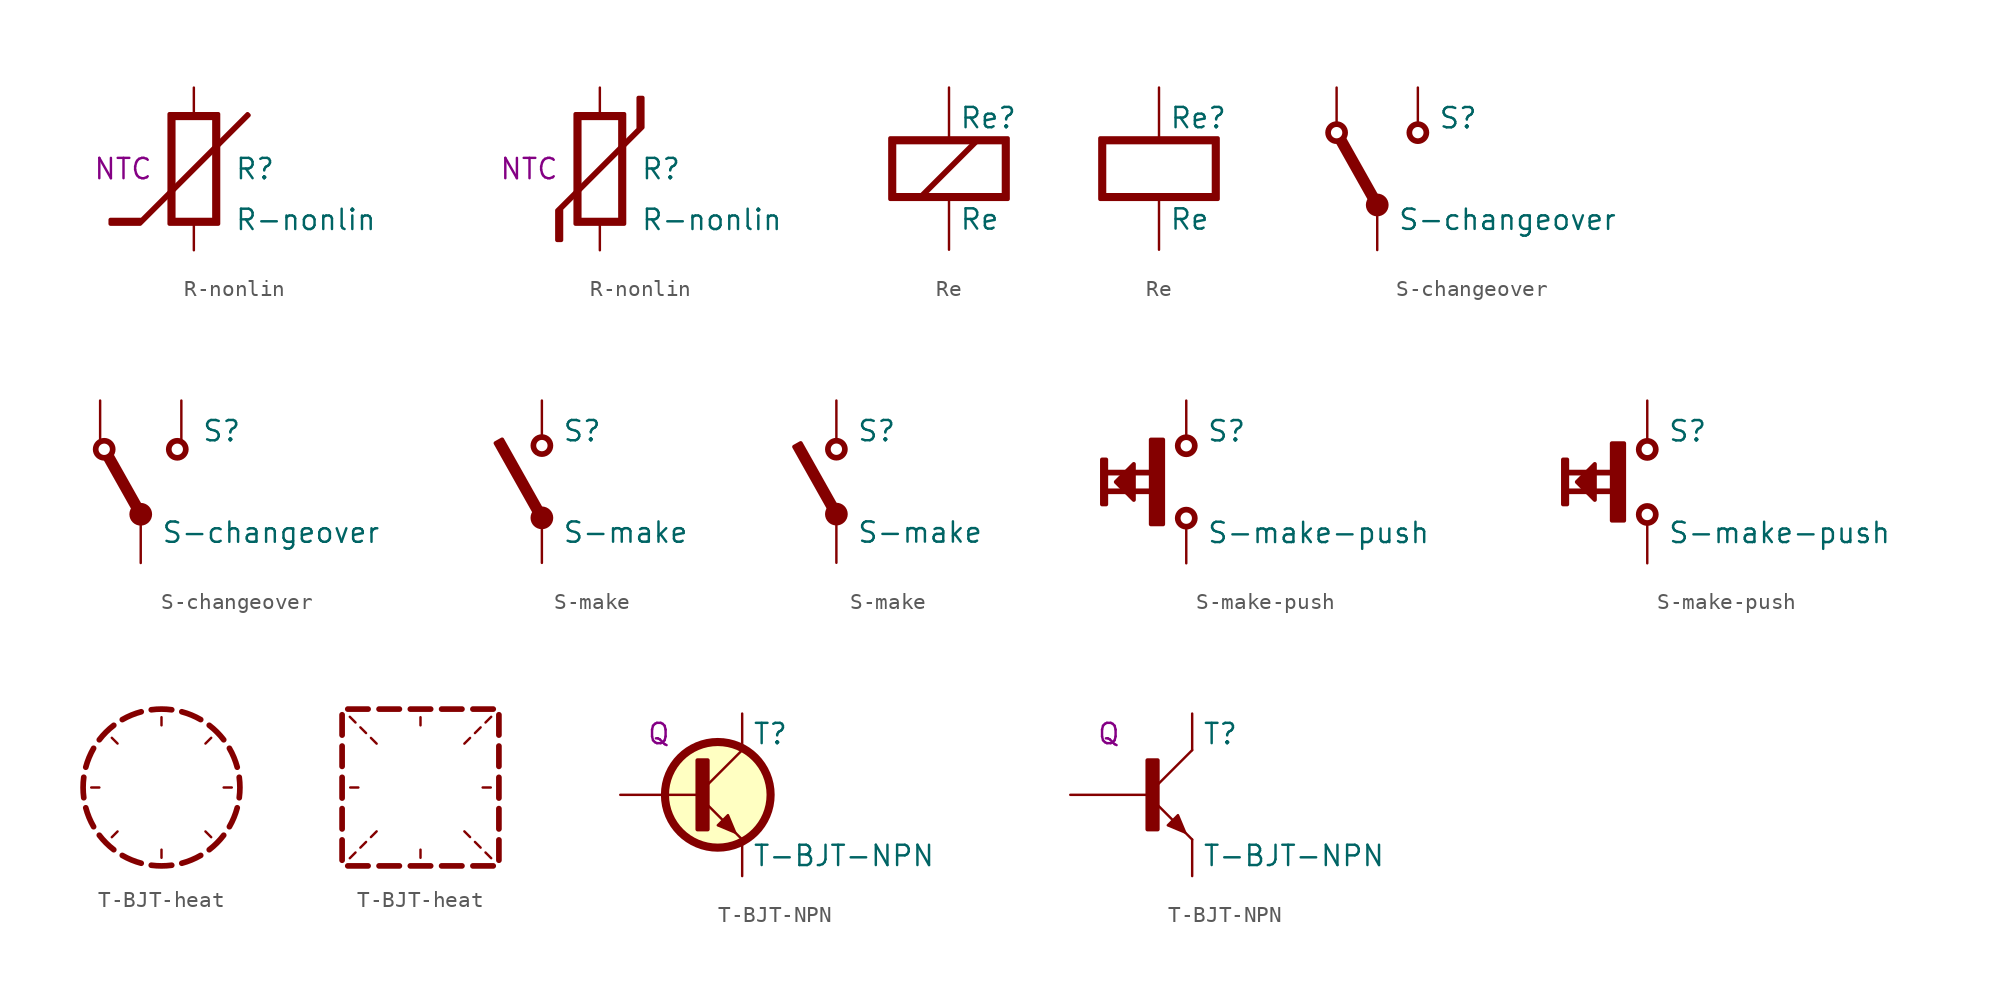
<source format=kicad_sym>
(kicad_symbol_lib
  (version 20220914)
  (generator kicad_symbol_editor)
  (symbol "R-nonlin"
    (pin_numbers hide)
    (pin_names
      (offset 0) hide)
    (property "Reference" "R"
      (at 2.54 0 0)
      (effects (font (size 1.27 1.27)) (justify left)))
    (property "Value" "R-nonlin"
      (at 2.54 -3.175 0)
      (effects (font (size 1.27 1.27)) (justify left)))
    (property "Rating" "NTC"
      (at -2.54 0 0)
      (effects (font (size 1.27 1.27)) (justify right)))
    (symbol "R-nonlin_1_0"
      (polyline (pts (xy -1.524 -3.429) (xy 1.524 -3.429) (xy 1.524 3.429) (xy -1.524 3.429) (xy -1.524 -3.429) (xy -1.27 -3.175) (xy -1.27 3.175) (xy 1.27 3.175) (xy 1.27 -3.175) (xy -1.27 -3.175) (xy -1.524 -3.429)) (stroke (width 0.254) (type default)) (fill (type outline)))
      (pin passive line (at 0 5.08 270) (length 1.651) (name "+" (effects (font (size 1.27 1.27)))) (number "1" (effects (font (size 1.27 1.27)))))
      (pin passive line (at 0 -5.08 90) (length 1.651) (name "-" (effects (font (size 1.27 1.27)))) (number "2" (effects (font (size 1.27 1.27))))))
    (symbol "R-nonlin_1_1"
      (polyline (pts (xy -5.207 -3.429) (xy -3.353 -3.429) (xy 3.429 3.353) (xy 3.353 3.429) (xy -3.251 -3.175) (xy -5.207 -3.175) (xy -5.207 -3.429)) (stroke (width 0.254) (type default)) (fill (type outline))))
    (symbol "R-nonlin_1_2"
      (polyline (pts (xy 2.667 4.445) (xy 2.667 2.591) (xy -2.413 -2.489) (xy -2.413 -4.445) (xy -2.667 -4.445) (xy -2.667 -2.591) (xy 2.413 2.489) (xy 2.413 4.445) (xy 2.667 4.445)) (stroke (width 0.254) (type default)) (fill (type outline)))))
  (symbol "Re"
    (pin_numbers hide)
    (pin_names
      (offset 0) hide)
    (property "Reference" "Re"
      (at 0.635 3.175 0)
      (effects (font (size 1.27 1.27)) (justify left)))
    (property "Value" "Re"
      (at 0.635 -3.175 0)
      (effects (font (size 1.27 1.27)) (justify left)))
    (symbol "Re_1_0"
      (pin passive line (at 0 5.08 270) (length 3.175) (name "+" (effects (font (size 1.27 1.27)))) (number "1" (effects (font (size 1.27 1.27)))))
      (pin passive line (at 0 -5.08 90) (length 3.175) (name "-" (effects (font (size 1.27 1.27)))) (number "2" (effects (font (size 1.27 1.27))))))
    (symbol "Re_1_1"
      (polyline (pts (xy -1.778 -1.778) (xy 1.778 1.778)) (stroke (width 0.356) (type default)) (fill (type none)))
      (polyline (pts (xy -3.683 -1.905) (xy 3.683 -1.905) (xy 3.683 1.905) (xy -3.683 1.905) (xy -3.683 -1.905) (xy -3.429 -1.651) (xy -3.429 1.651) (xy 3.429 1.651) (xy 3.429 -1.651) (xy -3.429 -1.651) (xy -3.683 -1.905)) (stroke (width 0.254) (type default)) (fill (type outline))))
    (symbol "Re_1_2"
      (polyline (pts (xy -3.683 -1.905) (xy 3.683 -1.905) (xy 3.683 1.905) (xy -3.683 1.905) (xy -3.683 -1.905) (xy -3.429 -1.651) (xy -3.429 1.651) (xy 3.429 1.651) (xy 3.429 -1.651) (xy -3.429 -1.651) (xy -3.683 -1.905)) (stroke (width 0.254) (type default)) (fill (type outline)))))
  (symbol "S-changeover"
    (pin_numbers hide)
    (pin_names
      (offset 0) hide)
    (property "Reference" "S"
      (at 3.81 3.175 0)
      (effects (font (size 1.27 1.27)) (justify left)))
    (property "Value" "S-changeover"
      (at 1.27 -3.175 0)
      (effects (font (size 1.27 1.27)) (justify left)))
    (symbol "S-changeover_1_1"
      (circle (center -2.54 2.261) (radius 0.533) (stroke (width 0.356) (type default)) (fill (type none)))
      (circle (center 0 -2.261) (radius 0.533) (stroke (width 0.356) (type default)) (fill (type outline)))
      (polyline (pts (xy -2.464 1.651) (xy -0.406 -2.007) (xy 0 -1.778) (xy -2.057 1.88) (xy -2.464 1.651)) (stroke (width 0.254) (type default)) (fill (type outline)))
      (circle (center 2.54 2.261) (radius 0.533) (stroke (width 0.356) (type default)) (fill (type none)))
      (pin passive line (at 0 -5.08 90) (length 2.235) (name "1" (effects (font (size 1.27 1.27)))) (number "1" (effects (font (size 1.27 1.27)))))
      (pin passive line (at -2.54 5.08 270) (length 2.235) (name "2" (effects (font (size 1.27 1.27)))) (number "2" (effects (font (size 1.27 1.27)))))
      (pin passive line (at 2.54 5.08 270) (length 2.235) (name "4" (effects (font (size 1.27 1.27)))) (number "4" (effects (font (size 1.27 1.27))))))
    (symbol "S-changeover_1_2"
      (circle (center -2.286 2.032) (radius 0.533) (stroke (width 0.356) (type default)) (fill (type none)))
      (circle (center 0 -2.032) (radius 0.533) (stroke (width 0.356) (type default)) (fill (type outline)))
      (polyline (pts (xy -2.21 1.422) (xy -0.381 -1.829) (xy 0.025 -1.6) (xy -1.803 1.651) (xy -2.21 1.422)) (stroke (width 0.254) (type default)) (fill (type outline)))
      (circle (center 2.286 2.032) (radius 0.533) (stroke (width 0.356) (type default)) (fill (type none)))
      (pin passive line (at 0 -5.08 90) (length 2.565) (name "1" (effects (font (size 1.27 1.27)))) (number "1" (effects (font (size 1.27 1.27)))))
      (pin passive line (at -2.54 5.08 270) (length 2.565) (name "2" (effects (font (size 1.27 1.27)))) (number "2" (effects (font (size 1.27 1.27)))))
      (pin passive line (at 2.54 5.08 270) (length 2.565) (name "4" (effects (font (size 1.27 1.27)))) (number "4" (effects (font (size 1.27 1.27))))))
    (symbol "S-changeover_1_3"
      (circle (center -2.54 2.54) (radius 0.533) (stroke (width 0.356) (type default)) (fill (type none)))
      (circle (center 0 -1.981) (radius 0.533) (stroke (width 0.356) (type default)) (fill (type outline)))
      (polyline (pts (xy -2.464 1.93) (xy -0.406 -1.727) (xy 0 -1.499) (xy -2.057 2.159) (xy -2.464 1.93)) (stroke (width 0.254) (type default)) (fill (type outline)))
      (circle (center 2.54 2.54) (radius 0.533) (stroke (width 0.356) (type default)) (fill (type none)))
      (pin passive line (at 0 -5.08 90) (length 2.515) (name "1" (effects (font (size 1.27 1.27)))) (number "1" (effects (font (size 1.27 1.27)))))
      (pin passive line (at -5.08 2.54 0) (length 1.956) (name "2" (effects (font (size 1.27 1.27)))) (number "2" (effects (font (size 1.27 1.27)))))
      (pin passive line (at 5.08 2.54 180) (length 1.956) (name "4" (effects (font (size 1.27 1.27)))) (number "4" (effects (font (size 1.27 1.27))))))
    (symbol "S-changeover_1_4"
      (circle (center -2.286 2.54) (radius 0.533) (stroke (width 0.356) (type default)) (fill (type none)))
      (circle (center 0 -1.524) (radius 0.533) (stroke (width 0.356) (type default)) (fill (type outline)))
      (polyline (pts (xy -2.21 1.93) (xy -0.381 -1.321) (xy 0.025 -1.092) (xy -1.803 2.159) (xy -2.21 1.93)) (stroke (width 0.254) (type default)) (fill (type outline)))
      (circle (center 2.286 2.54) (radius 0.533) (stroke (width 0.356) (type default)) (fill (type none)))
      (pin passive line (at 0 -5.08 90) (length 2.972) (name "1" (effects (font (size 1.27 1.27)))) (number "1" (effects (font (size 1.27 1.27)))))
      (pin passive line (at -5.08 2.54 0) (length 2.21) (name "2" (effects (font (size 1.27 1.27)))) (number "2" (effects (font (size 1.27 1.27)))))
      (pin passive line (at 5.08 2.54 180) (length 2.21) (name "4" (effects (font (size 1.27 1.27)))) (number "4" (effects (font (size 1.27 1.27)))))))
  (symbol "S-make"
    (pin_numbers hide)
    (pin_names
      (offset 0) hide)
    (property "Reference" "S"
      (at 1.27 3.175 0)
      (effects (font (size 1.27 1.27)) (justify left)))
    (property "Value" "S-make"
      (at 1.27 -3.175 0)
      (effects (font (size 1.27 1.27)) (justify left)))
    (symbol "S-make_1_1"
      (circle (center 0 -2.261) (radius 0.533) (stroke (width 0.356) (type default)) (fill (type outline)))
      (polyline (pts (xy -2.896 2.413) (xy -0.381 -2.057) (xy 0.025 -1.829) (xy -2.489 2.642) (xy -2.896 2.413)) (stroke (width 0.254) (type default)) (fill (type outline)))
      (circle (center 0 2.261) (radius 0.533) (stroke (width 0.356) (type default)) (fill (type none)))
      (pin passive line (at 0 -5.08 90) (length 2.235) (name "3" (effects (font (size 1.27 1.27)))) (number "3" (effects (font (size 1.27 1.27)))))
      (pin passive line (at 0 5.08 270) (length 2.235) (name "4" (effects (font (size 1.27 1.27)))) (number "4" (effects (font (size 1.27 1.27))))))
    (symbol "S-make_1_2"
      (circle (center 0 -2.032) (radius 0.533) (stroke (width 0.356) (type default)) (fill (type outline)))
      (polyline (pts (xy -0.356 -1.88) (xy 0.051 -1.651) (xy -2.235 2.413) (xy -2.642 2.184) (xy -0.356 -1.88)) (stroke (width 0.254) (type default)) (fill (type outline)))
      (circle (center 0 2.032) (radius 0.533) (stroke (width 0.356) (type default)) (fill (type none)))
      (pin passive line (at 0 -5.08 90) (length 2.464) (name "3" (effects (font (size 1.27 1.27)))) (number "3" (effects (font (size 1.27 1.27)))))
      (pin passive line (at 0 5.08 270) (length 2.464) (name "4" (effects (font (size 1.27 1.27)))) (number "4" (effects (font (size 1.27 1.27))))))
    (symbol "S-make_1_3"
      (circle (center 0 -2.261) (radius 0.533) (stroke (width 0.356) (type default)) (fill (type outline)))
      (polyline (pts (xy -0.356 -2.108) (xy 0.051 -1.88) (xy -2.235 2.184) (xy -2.642 1.956) (xy -0.356 -2.108)) (stroke (width 0.254) (type default)) (fill (type outline)))
      (circle (center 0 2.261) (radius 0.533) (stroke (width 0.356) (type default)) (fill (type none)))
      (pin passive line (at 0 -5.08 90) (length 2.235) (name "3" (effects (font (size 1.27 1.27)))) (number "3" (effects (font (size 1.27 1.27)))))
      (pin passive line (at 0 5.08 270) (length 2.235) (name "4" (effects (font (size 1.27 1.27)))) (number "4" (effects (font (size 1.27 1.27)))))))
  (symbol "S-make-push"
    (pin_numbers hide)
    (pin_names
      (offset 0) hide)
    (property "Reference" "S"
      (at 1.27 3.175 0)
      (effects (font (size 1.27 1.27)) (justify left)))
    (property "Value" "S-make-push"
      (at 1.27 -3.175 0)
      (effects (font (size 1.27 1.27)) (justify left)))
    (symbol "S-make-push_1_1"
      (rectangle (start -5.258 1.397) (end -5.004 -1.397) (stroke (width 0.254) (type default)) (fill (type outline)))
      (rectangle (start -2.21 2.642) (end -1.448 -2.642) (stroke (width 0.254) (type default)) (fill (type outline)))
      (circle (center 0 -2.261) (radius 0.533) (stroke (width 0.356) (type default)) (fill (type none)))
      (polyline (pts (xy -4.953 -0.584) (xy -2.261 -0.584)) (stroke (width 0.356) (type default)) (fill (type none)))
      (polyline (pts (xy -4.953 0.584) (xy -2.261 0.584)) (stroke (width 0.356) (type default)) (fill (type none)))
      (polyline (pts (xy -4.394 0) (xy -3.277 -1.118) (xy -3.277 1.118) (xy -4.394 0)) (stroke (width 0.254) (type default)) (fill (type outline)))
      (circle (center 0 2.261) (radius 0.533) (stroke (width 0.356) (type default)) (fill (type none)))
      (pin passive line (at 0 -5.08 90) (length 2.235) (name "3" (effects (font (size 1.27 1.27)))) (number "3" (effects (font (size 1.27 1.27)))))
      (pin passive line (at 0 5.08 270) (length 2.235) (name "4" (effects (font (size 1.27 1.27)))) (number "4" (effects (font (size 1.27 1.27))))))
    (symbol "S-make-push_1_2"
      (rectangle (start -5.258 1.397) (end -5.004 -1.397) (stroke (width 0.254) (type default)) (fill (type outline)))
      (rectangle (start -2.21 2.413) (end -1.448 -2.413) (stroke (width 0.254) (type default)) (fill (type outline)))
      (circle (center 0 -2.032) (radius 0.533) (stroke (width 0.356) (type default)) (fill (type none)))
      (polyline (pts (xy -4.953 -0.584) (xy -2.261 -0.584)) (stroke (width 0.356) (type default)) (fill (type none)))
      (polyline (pts (xy -4.953 0.584) (xy -2.261 0.584)) (stroke (width 0.356) (type default)) (fill (type none)))
      (polyline (pts (xy -4.394 0) (xy -3.277 -1.118) (xy -3.277 1.118) (xy -4.394 0)) (stroke (width 0.254) (type default)) (fill (type outline)))
      (circle (center 0 2.032) (radius 0.533) (stroke (width 0.356) (type default)) (fill (type none)))
      (pin passive line (at 0 -5.08 90) (length 2.464) (name "3" (effects (font (size 1.27 1.27)))) (number "3" (effects (font (size 1.27 1.27)))))
      (pin passive line (at 0 5.08 270) (length 2.464) (name "4" (effects (font (size 1.27 1.27)))) (number "4" (effects (font (size 1.27 1.27))))))
    (symbol "S-make-push_1_3"
      (rectangle (start -6.274 1.397) (end -6.02 -1.397) (stroke (width 0.254) (type default)) (fill (type outline)))
      (rectangle (start -3.226 2.642) (end -2.464 -2.642) (stroke (width 0.254) (type default)) (fill (type outline)))
      (circle (center 0 -2.261) (radius 0.533) (stroke (width 0.356) (type default)) (fill (type none)))
      (polyline (pts (xy -5.969 -0.584) (xy -3.277 -0.584)) (stroke (width 0.356) (type default)) (fill (type none)))
      (polyline (pts (xy -5.969 0.584) (xy -3.277 0.584)) (stroke (width 0.356) (type default)) (fill (type none)))
      (polyline (pts (xy -5.41 0) (xy -4.293 -1.118) (xy -4.293 1.118) (xy -5.41 0)) (stroke (width 0.254) (type default)) (fill (type outline)))
      (circle (center 0 2.261) (radius 0.533) (stroke (width 0.356) (type default)) (fill (type none)))
      (pin passive line (at 0 -5.08 90) (length 2.235) (name "3" (effects (font (size 1.27 1.27)))) (number "3" (effects (font (size 1.27 1.27)))))
      (pin passive line (at 0 5.08 270) (length 2.235) (name "4" (effects (font (size 1.27 1.27)))) (number "4" (effects (font (size 1.27 1.27))))))
    (symbol "S-make-push_1_4"
      (rectangle (start -6.274 1.397) (end -6.02 -1.397) (stroke (width 0.254) (type default)) (fill (type outline)))
      (rectangle (start -3.226 2.413) (end -2.464 -2.413) (stroke (width 0.254) (type default)) (fill (type outline)))
      (circle (center 0 -2.032) (radius 0.533) (stroke (width 0.356) (type default)) (fill (type none)))
      (polyline (pts (xy -5.969 -0.584) (xy -3.277 -0.584)) (stroke (width 0.356) (type default)) (fill (type none)))
      (polyline (pts (xy -5.969 0.584) (xy -3.277 0.584)) (stroke (width 0.356) (type default)) (fill (type none)))
      (polyline (pts (xy -5.41 0) (xy -4.293 -1.118) (xy -4.293 1.118) (xy -5.41 0)) (stroke (width 0.254) (type default)) (fill (type outline)))
      (circle (center 0 2.032) (radius 0.533) (stroke (width 0.356) (type default)) (fill (type none)))
      (pin passive line (at 0 -5.08 90) (length 2.464) (name "3" (effects (font (size 1.27 1.27)))) (number "3" (effects (font (size 1.27 1.27)))))
      (pin passive line (at 0 5.08 270) (length 2.464) (name "4" (effects (font (size 1.27 1.27)))) (number "4" (effects (font (size 1.27 1.27)))))))
  (symbol "T-BJT-heat"
    (pin_numbers hide)
    (pin_names
      (offset 0) hide)
    (property "Reference" "#SYM"
      (at 0 0 0)
      (effects (font (size 0 0)) hide))
    (symbol "T-BJT-heat_1_1"
      (arc (start -3.8443 0.6399) (mid -3.8862 0) (end -3.8443 -0.6399) (stroke (width 0.3556) (type default)) (fill (type none)))
      (arc (start -3.7192 -1.2688) (mid -3.513 -1.876) (end -3.2294 -2.4511) (stroke (width 0.3556) (type default)) (fill (type none)))
      (arc (start -3.2294 2.4511) (mid -3.513 1.876) (end -3.7192 1.2688) (stroke (width 0.3556) (type default)) (fill (type none)))
      (arc (start -2.8732 -2.9843) (mid -2.4504 -3.4664) (end -1.9683 -3.8892) (stroke (width 0.3556) (type default)) (fill (type none)))
      (arc (start -1.9683 3.8892) (mid -2.4504 3.4664) (end -2.8732 2.9843) (stroke (width 0.3556) (type default)) (fill (type none)))
      (arc (start -1.4351 -4.2454) (mid -0.86 -4.529) (end -0.2528 -4.7352) (stroke (width 0.3556) (type default)) (fill (type none)))
      (arc (start -0.2528 4.7352) (mid -0.86 4.529) (end -1.4351 4.2454) (stroke (width 0.3556) (type default)) (fill (type none)))
      (polyline (pts (xy -2.87 0) (xy -3.378 0)) (stroke (width 0) (type default)) (fill (type none)))
      (polyline (pts (xy -1.732 -2.748) (xy -2.091 -3.107)) (stroke (width 0) (type default)) (fill (type none)))
      (polyline (pts (xy -1.732 2.748) (xy -2.091 3.107)) (stroke (width 0) (type default)) (fill (type none)))
      (polyline (pts (xy 1.016 -3.886) (xy 1.016 -4.394)) (stroke (width 0) (type default)) (fill (type none)))
      (polyline (pts (xy 1.016 3.886) (xy 1.016 4.394)) (stroke (width 0) (type default)) (fill (type none)))
      (polyline (pts (xy 3.764 -2.748) (xy 4.123 -3.107)) (stroke (width 0) (type default)) (fill (type none)))
      (polyline (pts (xy 3.764 2.748) (xy 4.123 3.107)) (stroke (width 0) (type default)) (fill (type none)))
      (polyline (pts (xy 4.902 0) (xy 5.41 0)) (stroke (width 0) (type default)) (fill (type none)))
      (arc (start 0.3761 -4.8603) (mid 1.016 -4.9022) (end 1.6559 -4.8603) (stroke (width 0.3556) (type default)) (fill (type none)))
      (arc (start 1.6559 4.8603) (mid 1.016 4.9022) (end 0.3761 4.8603) (stroke (width 0.3556) (type default)) (fill (type none)))
      (arc (start 2.2848 -4.7352) (mid 2.892 -4.529) (end 3.4671 -4.2454) (stroke (width 0.3556) (type default)) (fill (type none)))
      (arc (start 3.4671 4.2454) (mid 2.892 4.529) (end 2.2848 4.7352) (stroke (width 0.3556) (type default)) (fill (type none)))
      (arc (start 4.0003 -3.8892) (mid 4.4824 -3.4664) (end 4.9052 -2.9843) (stroke (width 0.3556) (type default)) (fill (type none)))
      (arc (start 4.9052 2.9843) (mid 4.4824 3.4664) (end 4.0003 3.8892) (stroke (width 0.3556) (type default)) (fill (type none)))
      (arc (start 5.2614 -2.4511) (mid 5.545 -1.876) (end 5.7512 -1.2688) (stroke (width 0.3556) (type default)) (fill (type none)))
      (arc (start 5.7512 1.2688) (mid 5.545 1.876) (end 5.2614 2.4511) (stroke (width 0.3556) (type default)) (fill (type none)))
      (arc (start 5.8763 -0.6399) (mid 5.9182 0) (end 5.8763 0.6399) (stroke (width 0.3556) (type default)) (fill (type none))))
    (symbol "T-BJT-heat_1_2"
      (polyline (pts (xy -3.886 -3.277) (xy -3.886 -4.547)) (stroke (width 0.356) (type default)) (fill (type none)))
      (polyline (pts (xy -3.886 -1.321) (xy -3.886 -2.591)) (stroke (width 0.356) (type default)) (fill (type none)))
      (polyline (pts (xy -3.886 0.635) (xy -3.886 -0.66)) (stroke (width 0.356) (type default)) (fill (type none)))
      (polyline (pts (xy -3.886 2.591) (xy -3.886 1.321)) (stroke (width 0.356) (type default)) (fill (type none)))
      (polyline (pts (xy -3.886 4.547) (xy -3.886 3.277)) (stroke (width 0.356) (type default)) (fill (type none)))
      (polyline (pts (xy -3.531 -4.902) (xy -2.261 -4.902)) (stroke (width 0.356) (type default)) (fill (type none)))
      (polyline (pts (xy -3.531 4.902) (xy -2.261 4.902)) (stroke (width 0.356) (type default)) (fill (type none)))
      (polyline (pts (xy -3.048 -4.064) (xy -3.404 -4.42)) (stroke (width 0) (type default)) (fill (type none)))
      (polyline (pts (xy -3.048 4.064) (xy -3.404 4.42)) (stroke (width 0) (type default)) (fill (type none)))
      (polyline (pts (xy -2.87 0) (xy -3.378 0)) (stroke (width 0) (type default)) (fill (type none)))
      (polyline (pts (xy -2.388 -3.404) (xy -2.743 -3.759)) (stroke (width 0) (type default)) (fill (type none)))
      (polyline (pts (xy -2.388 3.404) (xy -2.743 3.759)) (stroke (width 0) (type default)) (fill (type none)))
      (polyline (pts (xy -1.727 -2.743) (xy -2.083 -3.099)) (stroke (width 0) (type default)) (fill (type none)))
      (polyline (pts (xy -1.727 2.743) (xy -2.083 3.099)) (stroke (width 0) (type default)) (fill (type none)))
      (polyline (pts (xy -1.575 -4.902) (xy -0.305 -4.902)) (stroke (width 0.356) (type default)) (fill (type none)))
      (polyline (pts (xy -1.575 4.902) (xy -0.305 4.902)) (stroke (width 0.356) (type default)) (fill (type none)))
      (polyline (pts (xy 0.381 -4.902) (xy 1.651 -4.902)) (stroke (width 0.356) (type default)) (fill (type none)))
      (polyline (pts (xy 0.381 4.902) (xy 1.651 4.902)) (stroke (width 0.356) (type default)) (fill (type none)))
      (polyline (pts (xy 1.016 -3.886) (xy 1.016 -4.394)) (stroke (width 0) (type default)) (fill (type none)))
      (polyline (pts (xy 1.016 3.886) (xy 1.016 4.394)) (stroke (width 0) (type default)) (fill (type none)))
      (polyline (pts (xy 2.337 -4.902) (xy 3.607 -4.902)) (stroke (width 0.356) (type default)) (fill (type none)))
      (polyline (pts (xy 2.337 4.902) (xy 3.607 4.902)) (stroke (width 0.356) (type default)) (fill (type none)))
      (polyline (pts (xy 3.759 -2.743) (xy 4.115 -3.099)) (stroke (width 0) (type default)) (fill (type none)))
      (polyline (pts (xy 3.759 2.743) (xy 4.115 3.099)) (stroke (width 0) (type default)) (fill (type none)))
      (polyline (pts (xy 4.293 -4.902) (xy 5.563 -4.902)) (stroke (width 0.356) (type default)) (fill (type none)))
      (polyline (pts (xy 4.293 4.902) (xy 5.563 4.902)) (stroke (width 0.356) (type default)) (fill (type none)))
      (polyline (pts (xy 4.42 -3.404) (xy 4.775 -3.759)) (stroke (width 0) (type default)) (fill (type none)))
      (polyline (pts (xy 4.42 3.404) (xy 4.775 3.759)) (stroke (width 0) (type default)) (fill (type none)))
      (polyline (pts (xy 4.902 0) (xy 5.41 0)) (stroke (width 0) (type default)) (fill (type none)))
      (polyline (pts (xy 5.08 -4.064) (xy 5.436 -4.42)) (stroke (width 0) (type default)) (fill (type none)))
      (polyline (pts (xy 5.08 4.064) (xy 5.436 4.42)) (stroke (width 0) (type default)) (fill (type none)))
      (polyline (pts (xy 5.918 -3.277) (xy 5.918 -4.547)) (stroke (width 0.356) (type default)) (fill (type none)))
      (polyline (pts (xy 5.918 -1.321) (xy 5.918 -2.591)) (stroke (width 0.356) (type default)) (fill (type none)))
      (polyline (pts (xy 5.918 0.635) (xy 5.918 -0.66)) (stroke (width 0.356) (type default)) (fill (type none)))
      (polyline (pts (xy 5.918 2.591) (xy 5.918 1.321)) (stroke (width 0.356) (type default)) (fill (type none)))
      (polyline (pts (xy 5.918 4.547) (xy 5.918 3.277)) (stroke (width 0.356) (type default)) (fill (type none)))))
  (symbol "T-BJT-NPN"
    (pin_numbers hide)
    (pin_names
      (offset 0) hide)
    (property "Reference" "T"
      (at 3.175 3.81 0)
      (effects (font (size 1.27 1.27)) (justify left)))
    (property "Value" "T-BJT-NPN"
      (at 3.175 -3.81 0)
      (effects (font (size 1.27 1.27)) (justify left)))
    (property "Spice_Model" "Q"
      (at -1.905 3.81 0)
      (effects (font (size 1.27 1.27)) (justify right)))
    (symbol "T-BJT-NPN_1_0"
      (polyline (pts (xy 2.54 -2.794) (xy 0.381 -0.635)) (stroke (width 0) (type default)) (fill (type none)))
      (polyline (pts (xy 2.54 2.794) (xy 0.381 0.635)) (stroke (width 0) (type default)) (fill (type none)))
      (polyline (pts (xy 2.108 -2.362) (xy 1.651 -1.27) (xy 1.016 -1.905) (xy 2.108 -2.362)) (stroke (width 0) (type default)) (fill (type outline)))
      (pin passive line (at 2.54 5.08 270) (length 2.286) (name "C" (effects (font (size 1.27 1.27)))) (number "1" (effects (font (size 1.27 1.27)))))
      (pin passive line (at -5.08 0 0) (length 4.826) (name "B" (effects (font (size 1.27 1.27)))) (number "2" (effects (font (size 1.27 1.27)))))
      (pin passive line (at 2.54 -5.08 90) (length 2.286) (name "E" (effects (font (size 1.27 1.27)))) (number "3" (effects (font (size 1.27 1.27))))))
    (symbol "T-BJT-NPN_1_1"
      (rectangle (start -0.254 2.159) (end 0.381 -2.159) (stroke (width 0.254) (type default)) (fill (type outline)))
      (circle (center 1.016 0) (radius 3.302) (stroke (width 0.508) (type default)) (fill (type background))))
    (symbol "T-BJT-NPN_1_2"
      (rectangle (start -0.254 2.159) (end 0.381 -2.159) (stroke (width 0.254) (type default)) (fill (type outline))))))
</source>
